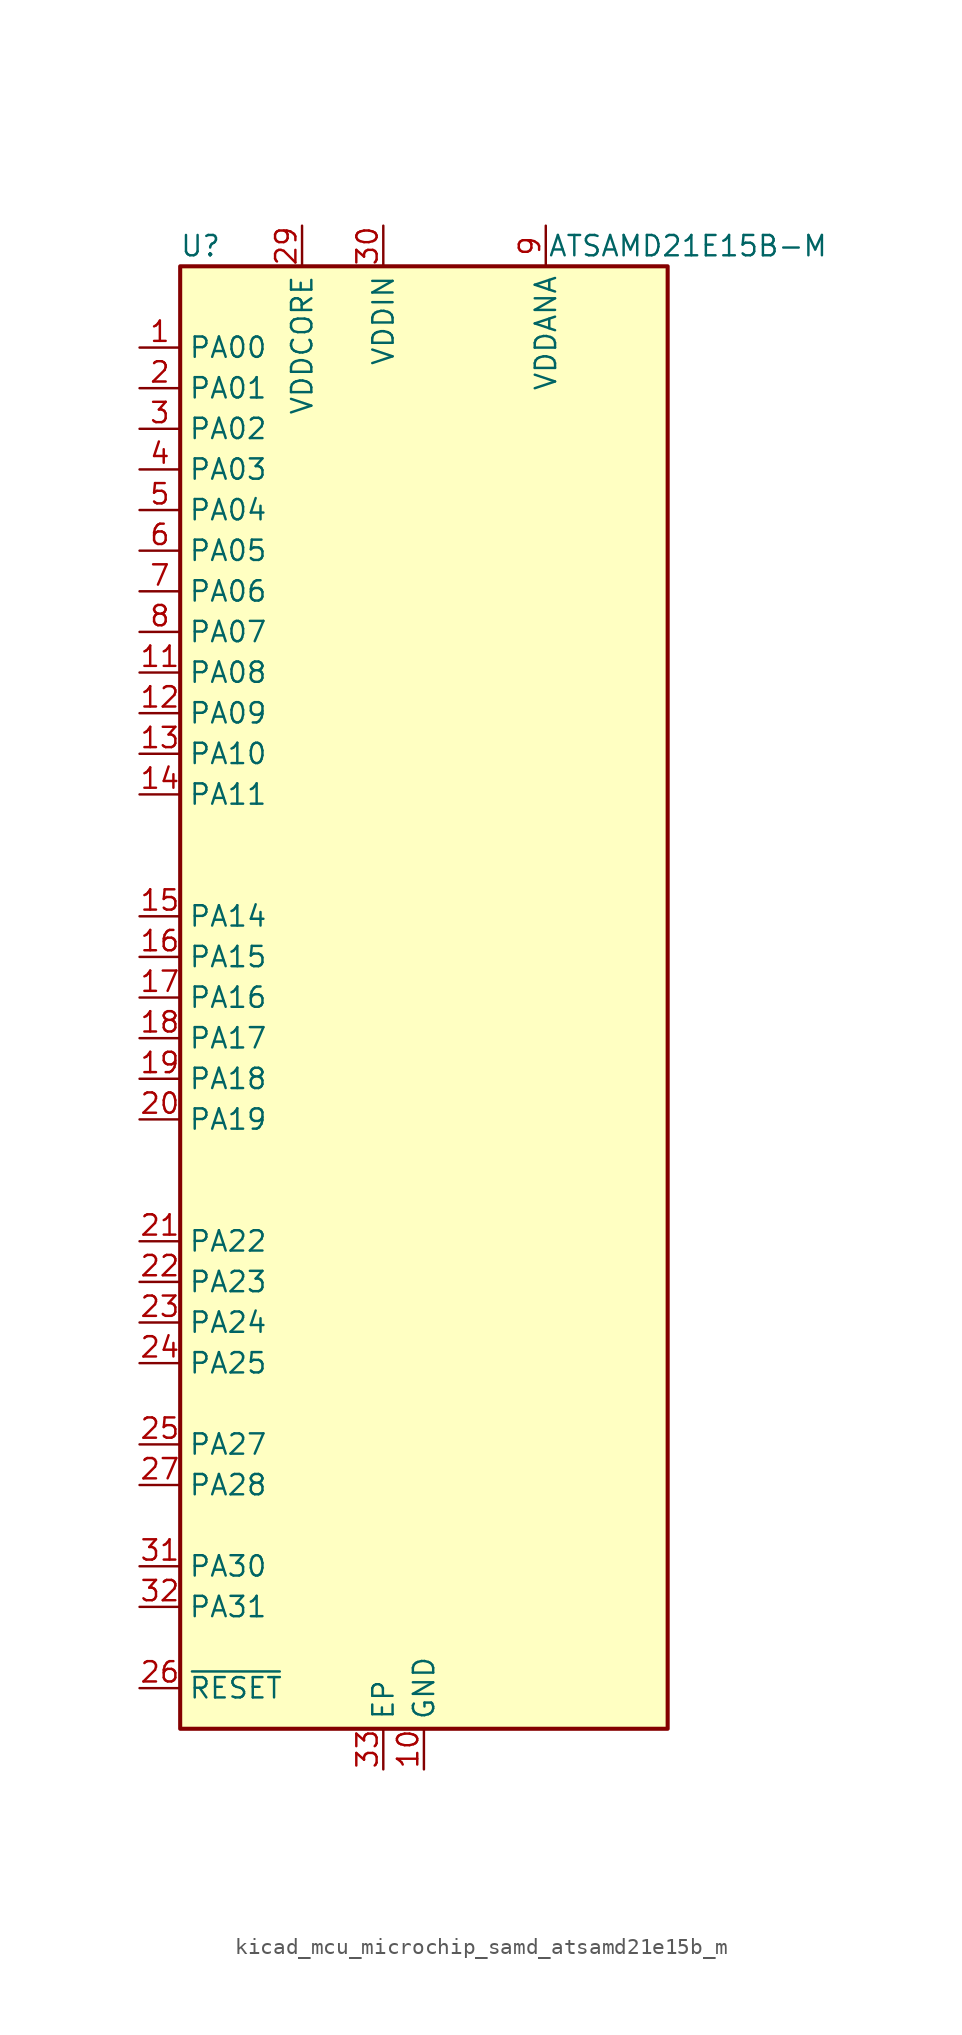
<source format=kicad_sym>
(kicad_symbol_lib
  (version 20220914)
  (generator kicad_symbol_editor)
  (symbol "kicad_mcu_microchip_samd_atsamd21e15b_m"
    (property "Reference" "U"
      (at -13.97 46.99 0)
      (effects (font (size 1.27 1.27))))
    (property "Value" "ATSAMD21E15B-M"
      (at 16.51 46.99 0)
      (effects (font (size 1.27 1.27))))
    (symbol "kicad_mcu_microchip_samd_atsamd21e15b_m_1_1"
      (rectangle (start -15.24 45.72) (end 15.24 -45.72) (stroke (width 0.254) (type default)) (fill (type background)))
      (pin bidirectional line (at -17.78 40.64 0) (length 2.54) (name "PA00" (effects (font (size 1.27 1.27)))) (number "1" (effects (font (size 1.27 1.27)))))
      (pin power_in line (at 0 -48.26 90) (length 2.54) (name "GND" (effects (font (size 1.27 1.27)))) (number "10" (effects (font (size 1.27 1.27)))))
      (pin bidirectional line (at -17.78 20.32 0) (length 2.54) (name "PA08" (effects (font (size 1.27 1.27)))) (number "11" (effects (font (size 1.27 1.27)))))
      (pin bidirectional line (at -17.78 17.78 0) (length 2.54) (name "PA09" (effects (font (size 1.27 1.27)))) (number "12" (effects (font (size 1.27 1.27)))))
      (pin bidirectional line (at -17.78 15.24 0) (length 2.54) (name "PA10" (effects (font (size 1.27 1.27)))) (number "13" (effects (font (size 1.27 1.27)))))
      (pin bidirectional line (at -17.78 12.7 0) (length 2.54) (name "PA11" (effects (font (size 1.27 1.27)))) (number "14" (effects (font (size 1.27 1.27)))))
      (pin bidirectional line (at -17.78 5.08 0) (length 2.54) (name "PA14" (effects (font (size 1.27 1.27)))) (number "15" (effects (font (size 1.27 1.27)))))
      (pin bidirectional line (at -17.78 2.54 0) (length 2.54) (name "PA15" (effects (font (size 1.27 1.27)))) (number "16" (effects (font (size 1.27 1.27)))))
      (pin bidirectional line (at -17.78 0 0) (length 2.54) (name "PA16" (effects (font (size 1.27 1.27)))) (number "17" (effects (font (size 1.27 1.27)))))
      (pin bidirectional line (at -17.78 -2.54 0) (length 2.54) (name "PA17" (effects (font (size 1.27 1.27)))) (number "18" (effects (font (size 1.27 1.27)))))
      (pin bidirectional line (at -17.78 -5.08 0) (length 2.54) (name "PA18" (effects (font (size 1.27 1.27)))) (number "19" (effects (font (size 1.27 1.27)))))
      (pin bidirectional line (at -17.78 38.1 0) (length 2.54) (name "PA01" (effects (font (size 1.27 1.27)))) (number "2" (effects (font (size 1.27 1.27)))))
      (pin bidirectional line (at -17.78 -7.62 0) (length 2.54) (name "PA19" (effects (font (size 1.27 1.27)))) (number "20" (effects (font (size 1.27 1.27)))))
      (pin bidirectional line (at -17.78 -15.24 0) (length 2.54) (name "PA22" (effects (font (size 1.27 1.27)))) (number "21" (effects (font (size 1.27 1.27)))))
      (pin bidirectional line (at -17.78 -17.78 0) (length 2.54) (name "PA23" (effects (font (size 1.27 1.27)))) (number "22" (effects (font (size 1.27 1.27)))))
      (pin bidirectional line (at -17.78 -20.32 0) (length 2.54) (name "PA24" (effects (font (size 1.27 1.27)))) (number "23" (effects (font (size 1.27 1.27)))))
      (pin bidirectional line (at -17.78 -22.86 0) (length 2.54) (name "PA25" (effects (font (size 1.27 1.27)))) (number "24" (effects (font (size 1.27 1.27)))))
      (pin bidirectional line (at -17.78 -27.94 0) (length 2.54) (name "PA27" (effects (font (size 1.27 1.27)))) (number "25" (effects (font (size 1.27 1.27)))))
      (pin input line (at -17.78 -43.18 0) (length 2.54) (name "~{RESET}" (effects (font (size 1.27 1.27)))) (number "26" (effects (font (size 1.27 1.27)))))
      (pin bidirectional line (at -17.78 -30.48 0) (length 2.54) (name "PA28" (effects (font (size 1.27 1.27)))) (number "27" (effects (font (size 1.27 1.27)))))
      (pin passive line (at 0 -48.26 90) (length 2.54) hide (name "GND" (effects (font (size 1.27 1.27)))) (number "28" (effects (font (size 1.27 1.27)))))
      (pin power_out line (at -7.62 48.26 270) (length 2.54) (name "VDDCORE" (effects (font (size 1.27 1.27)))) (number "29" (effects (font (size 1.27 1.27)))))
      (pin bidirectional line (at -17.78 35.56 0) (length 2.54) (name "PA02" (effects (font (size 1.27 1.27)))) (number "3" (effects (font (size 1.27 1.27)))))
      (pin power_in line (at -2.54 48.26 270) (length 2.54) (name "VDDIN" (effects (font (size 1.27 1.27)))) (number "30" (effects (font (size 1.27 1.27)))))
      (pin bidirectional line (at -17.78 -35.56 0) (length 2.54) (name "PA30" (effects (font (size 1.27 1.27)))) (number "31" (effects (font (size 1.27 1.27)))))
      (pin bidirectional line (at -17.78 -38.1 0) (length 2.54) (name "PA31" (effects (font (size 1.27 1.27)))) (number "32" (effects (font (size 1.27 1.27)))))
      (pin passive line (at -2.54 -48.26 90) (length 2.54) (name "EP" (effects (font (size 1.27 1.27)))) (number "33" (effects (font (size 1.27 1.27)))))
      (pin bidirectional line (at -17.78 33.02 0) (length 2.54) (name "PA03" (effects (font (size 1.27 1.27)))) (number "4" (effects (font (size 1.27 1.27)))))
      (pin bidirectional line (at -17.78 30.48 0) (length 2.54) (name "PA04" (effects (font (size 1.27 1.27)))) (number "5" (effects (font (size 1.27 1.27)))))
      (pin bidirectional line (at -17.78 27.94 0) (length 2.54) (name "PA05" (effects (font (size 1.27 1.27)))) (number "6" (effects (font (size 1.27 1.27)))))
      (pin bidirectional line (at -17.78 25.4 0) (length 2.54) (name "PA06" (effects (font (size 1.27 1.27)))) (number "7" (effects (font (size 1.27 1.27)))))
      (pin bidirectional line (at -17.78 22.86 0) (length 2.54) (name "PA07" (effects (font (size 1.27 1.27)))) (number "8" (effects (font (size 1.27 1.27)))))
      (pin power_in line (at 7.62 48.26 270) (length 2.54) (name "VDDANA" (effects (font (size 1.27 1.27)))) (number "9" (effects (font (size 1.27 1.27))))))))
</source>
